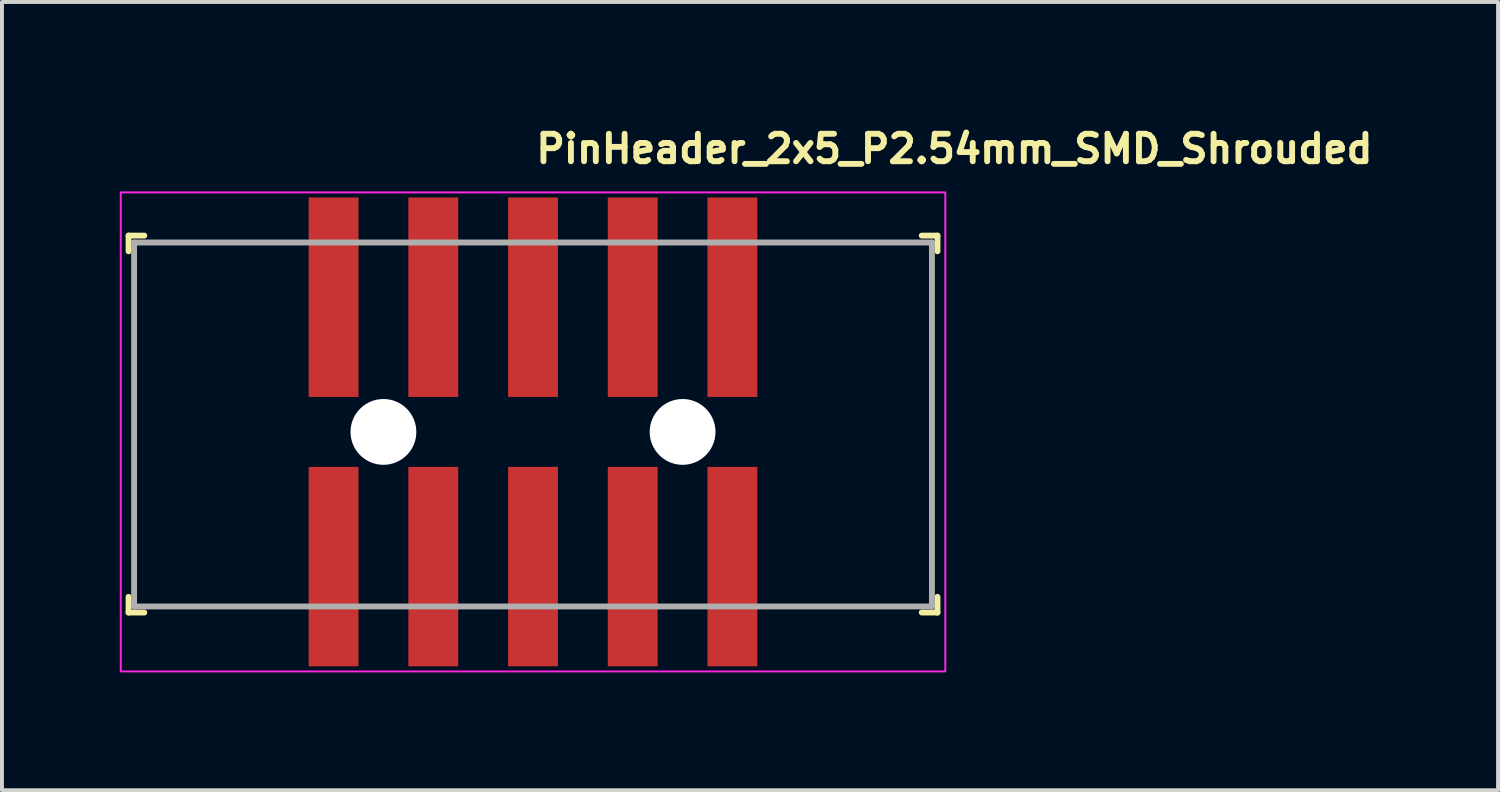
<source format=kicad_pcb>
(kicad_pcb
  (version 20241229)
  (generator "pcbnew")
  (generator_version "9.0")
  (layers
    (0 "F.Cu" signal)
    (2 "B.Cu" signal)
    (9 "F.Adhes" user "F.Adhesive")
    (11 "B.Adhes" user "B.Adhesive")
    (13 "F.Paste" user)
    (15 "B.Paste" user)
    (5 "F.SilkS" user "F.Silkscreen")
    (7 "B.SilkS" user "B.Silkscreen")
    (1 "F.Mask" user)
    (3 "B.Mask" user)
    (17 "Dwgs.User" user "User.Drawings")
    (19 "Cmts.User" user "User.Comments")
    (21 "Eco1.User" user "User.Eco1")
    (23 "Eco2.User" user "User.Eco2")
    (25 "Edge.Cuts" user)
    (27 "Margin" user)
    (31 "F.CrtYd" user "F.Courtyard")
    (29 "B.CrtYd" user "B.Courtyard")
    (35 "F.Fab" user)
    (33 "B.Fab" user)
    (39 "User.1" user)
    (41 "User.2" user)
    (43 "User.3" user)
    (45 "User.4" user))
  (footprint "PinHeader_2x5_P2.54mm_SMD_Shrouded"
    (layer "F.Cu")
    (at 10.525 7.95)
    (property "Reference" "PinHeader_2x5_P2.54mm_SMD_Shrouded" (at 0 -6.8 0) (layer "F.SilkS") (effects (font (size 0.7 0.7) (thickness 0.15)) (justify left bottom)))
    (attr smd)
    (fp_line (start -10.3 -4.6) (end -10.3 -5) (stroke (width 0.15) (type solid)) (layer "F.SilkS"))
    (fp_line (start -10.3 4.2) (end -10.3 4.6) (stroke (width 0.15) (type solid)) (layer "F.SilkS"))
    (fp_line (start -9.9 -5) (end -10.3 -5) (stroke (width 0.15) (type solid)) (layer "F.SilkS"))
    (fp_line (start -9.9 4.6) (end -10.3 4.6) (stroke (width 0.15) (type solid)) (layer "F.SilkS"))
    (fp_line (start 9.9 -5) (end 10.3 -5) (stroke (width 0.15) (type solid)) (layer "F.SilkS"))
    (fp_line (start 9.9 4.6) (end 10.3 4.6) (stroke (width 0.15) (type solid)) (layer "F.SilkS"))
    (fp_line (start 10.3 -4.6) (end 10.3 -5) (stroke (width 0.15) (type solid)) (layer "F.SilkS"))
    (fp_line (start 10.3 4.2) (end 10.3 4.6) (stroke (width 0.15) (type solid)) (layer "F.SilkS"))
    (fp_rect (start -10.5 -6.1) (end 10.5 6.1) (stroke (width 0.05) (type solid)) (fill no) (layer "F.CrtYd"))
    (fp_line (start -10.16 -4.824) (end 10.159 -4.824) (stroke (width 0.15) (type solid)) (layer "F.Fab"))
    (fp_line (start -10.16 4.445) (end -10.16 -4.824) (stroke (width 0.15) (type solid)) (layer "F.Fab"))
    (fp_line (start 10.159 -4.824) (end 10.159 4.445) (stroke (width 0.15) (type solid)) (layer "F.Fab"))
    (fp_line (start 10.159 4.445) (end -10.16 4.445) (stroke (width 0.15) (type solid)) (layer "F.Fab"))
    (fp_rect (start -10.16 -5.588) (end 10.159 5.586) (stroke (width 0.1) (type solid)) (fill no) (layer "User.5"))
    (fp_line (start -10.16 -4.827) (end -10.16 4.445) (stroke (width 0.02) (type solid)) (layer "User.9"))
    (fp_line (start -10.16 -4.827) (end -8.891 -4.827) (stroke (width 0.02) (type solid)) (layer "User.9"))
    (fp_line (start -10.16 4.445) (end -5.715 4.445) (stroke (width 0.02) (type solid)) (layer "User.9"))
    (fp_line (start -9.336 -3.621) (end -9.336 3.619) (stroke (width 0.02) (type solid)) (layer "User.9"))
    (fp_line (start -9.336 3.619) (end -2.54 3.619) (stroke (width 0.02) (type solid)) (layer "User.9"))
    (fp_line (start -8.891 -4.827) (end -8.891 -4.446) (stroke (width 0.02) (type solid)) (layer "User.9"))
    (fp_line (start -8.891 -4.446) (end -1.27 -4.446) (stroke (width 0.02) (type solid)) (layer "User.9"))
    (fp_line (start -8.891 -3.176) (end -9.336 -3.621) (stroke (width 0.02) (type solid)) (layer "User.9"))
    (fp_line (start -8.891 -3.176) (end 8.89 -3.176) (stroke (width 0.02) (type solid)) (layer "User.9"))
    (fp_line (start -8.891 3.173) (end -9.336 3.619) (stroke (width 0.02) (type solid)) (layer "User.9"))
    (fp_line (start -8.891 3.173) (end -8.891 -3.176) (stroke (width 0.02) (type solid)) (layer "User.9"))
    (fp_line (start -5.715 4.19) (end -5.715 4.445) (stroke (width 0.02) (type solid)) (layer "User.9"))
    (fp_line (start -5.715 4.19) (end -5.715 4.445) (stroke (width 0.02) (type solid)) (layer "User.9"))
    (fp_line (start -5.691 4.216) (end -5.691 4.445) (stroke (width 0.02) (type solid)) (layer "User.9"))
    (fp_line (start -5.691 4.445) (end -5.715 4.445) (stroke (width 0.02) (type solid)) (layer "User.9"))
    (fp_line (start -5.398 -5.588) (end -5.398 -5.43) (stroke (width 0.02) (type solid)) (layer "User.9"))
    (fp_line (start -5.398 -5.588) (end -4.763 -5.588) (stroke (width 0.02) (type solid)) (layer "User.9"))
    (fp_line (start -5.398 -5.43) (end -5.398 -4.446) (stroke (width 0.02) (type solid)) (layer "User.9"))
    (fp_line (start -5.398 -5.43) (end -4.763 -5.43) (stroke (width 0.02) (type solid)) (layer "User.9"))
    (fp_line (start -5.398 -1.589) (end -5.398 -1.43) (stroke (width 0.02) (type solid)) (layer "User.9"))
    (fp_line (start -5.398 -1.43) (end -5.398 -1.113) (stroke (width 0.02) (type solid)) (layer "User.9"))
    (fp_line (start -5.398 -1.113) (end -5.398 -0.954) (stroke (width 0.02) (type solid)) (layer "User.9"))
    (fp_line (start -5.398 -1.113) (end -4.763 -1.113) (stroke (width 0.02) (type solid)) (layer "User.9"))
    (fp_line (start -5.398 -0.954) (end -4.763 -0.954) (stroke (width 0.02) (type solid)) (layer "User.9"))
    (fp_line (start -5.398 0.952) (end -5.398 1.11) (stroke (width 0.02) (type solid)) (layer "User.9"))
    (fp_line (start -5.398 1.11) (end -5.398 1.427) (stroke (width 0.02) (type solid)) (layer "User.9"))
    (fp_line (start -5.398 1.11) (end -4.763 1.11) (stroke (width 0.02) (type solid)) (layer "User.9"))
    (fp_line (start -5.398 1.427) (end -5.398 1.586) (stroke (width 0.02) (type solid)) (layer "User.9"))
    (fp_line (start -5.398 1.427) (end -4.763 1.427) (stroke (width 0.02) (type solid)) (layer "User.9"))
    (fp_line (start -5.398 1.586) (end -4.763 1.586) (stroke (width 0.02) (type solid)) (layer "User.9"))
    (fp_line (start -5.398 4.445) (end -5.398 5.429) (stroke (width 0.02) (type solid)) (layer "User.9"))
    (fp_line (start -5.398 5.429) (end -5.398 5.586) (stroke (width 0.02) (type solid)) (layer "User.9"))
    (fp_line (start -5.398 5.429) (end -4.763 5.429) (stroke (width 0.02) (type solid)) (layer "User.9"))
    (fp_line (start -5.398 5.586) (end -4.763 5.586) (stroke (width 0.02) (type solid)) (layer "User.9"))
    (fp_line (start -5.08 4.445) (end -5.691 4.445) (stroke (width 0.02) (type solid)) (layer "User.9"))
    (fp_line (start -5.08 4.445) (end -5.08 4.216) (stroke (width 0.02) (type solid)) (layer "User.9"))
    (fp_line (start -4.763 -5.588) (end -4.763 -5.43) (stroke (width 0.02) (type solid)) (layer "User.9"))
    (fp_line (start -4.763 -5.43) (end -4.763 -4.446) (stroke (width 0.02) (type solid)) (layer "User.9"))
    (fp_line (start -4.763 -1.589) (end -5.398 -1.589) (stroke (width 0.02) (type solid)) (layer "User.9"))
    (fp_line (start -4.763 -1.589) (end -4.763 -1.43) (stroke (width 0.02) (type solid)) (layer "User.9"))
    (fp_line (start -4.763 -1.43) (end -5.398 -1.43) (stroke (width 0.02) (type solid)) (layer "User.9"))
    (fp_line (start -4.763 -1.43) (end -4.763 -1.113) (stroke (width 0.02) (type solid)) (layer "User.9"))
    (fp_line (start -4.763 -1.113) (end -4.763 -0.954) (stroke (width 0.02) (type solid)) (layer "User.9"))
    (fp_line (start -4.763 0.952) (end -5.398 0.952) (stroke (width 0.02) (type solid)) (layer "User.9"))
    (fp_line (start -4.763 0.952) (end -4.763 1.11) (stroke (width 0.02) (type solid)) (layer "User.9"))
    (fp_line (start -4.763 1.11) (end -4.763 1.427) (stroke (width 0.02) (type solid)) (layer "User.9"))
    (fp_line (start -4.763 1.427) (end -4.763 1.586) (stroke (width 0.02) (type solid)) (layer "User.9"))
    (fp_line (start -4.763 4.445) (end -4.763 5.429) (stroke (width 0.02) (type solid)) (layer "User.9"))
    (fp_line (start -4.763 5.429) (end -4.763 5.586) (stroke (width 0.02) (type solid)) (layer "User.9"))
    (fp_line (start -4.471 4.216) (end -5.691 4.216) (stroke (width 0.02) (type solid)) (layer "User.9"))
    (fp_line (start -4.471 4.445) (end -5.08 4.445) (stroke (width 0.02) (type solid)) (layer "User.9"))
    (fp_line (start -4.471 4.445) (end -4.471 4.216) (stroke (width 0.02) (type solid)) (layer "User.9"))
    (fp_line (start -4.446 4.19) (end -5.715 4.19) (stroke (width 0.02) (type solid)) (layer "User.9"))
    (fp_line (start -4.446 4.19) (end -5.715 4.19) (stroke (width 0.02) (type solid)) (layer "User.9"))
    (fp_line (start -4.446 4.445) (end -4.471 4.445) (stroke (width 0.02) (type solid)) (layer "User.9"))
    (fp_line (start -4.446 4.445) (end -4.446 4.19) (stroke (width 0.02) (type solid)) (layer "User.9"))
    (fp_line (start -4.446 4.445) (end -4.446 4.19) (stroke (width 0.02) (type solid)) (layer "User.9"))
    (fp_line (start -4.446 4.445) (end -2.54 4.445) (stroke (width 0.02) (type solid)) (layer "User.9"))
    (fp_line (start -2.859 -5.588) (end -2.223 -5.588) (stroke (width 0.02) (type solid)) (layer "User.9"))
    (fp_line (start -2.859 -5.43) (end -2.859 -5.588) (stroke (width 0.02) (type solid)) (layer "User.9"))
    (fp_line (start -2.859 -5.43) (end -2.223 -5.43) (stroke (width 0.02) (type solid)) (layer "User.9"))
    (fp_line (start -2.859 -4.446) (end -2.859 -5.43) (stroke (width 0.02) (type solid)) (layer "User.9"))
    (fp_line (start -2.859 -1.43) (end -2.859 -1.589) (stroke (width 0.02) (type solid)) (layer "User.9"))
    (fp_line (start -2.859 -1.113) (end -2.859 -1.43) (stroke (width 0.02) (type solid)) (layer "User.9"))
    (fp_line (start -2.859 -0.954) (end -2.859 -1.113) (stroke (width 0.02) (type solid)) (layer "User.9"))
    (fp_line (start -2.859 0.952) (end -2.223 0.952) (stroke (width 0.02) (type solid)) (layer "User.9"))
    (fp_line (start -2.859 1.11) (end -2.859 0.952) (stroke (width 0.02) (type solid)) (layer "User.9"))
    (fp_line (start -2.859 1.11) (end -2.223 1.11) (stroke (width 0.02) (type solid)) (layer "User.9"))
    (fp_line (start -2.859 1.427) (end -2.859 1.11) (stroke (width 0.02) (type solid)) (layer "User.9"))
    (fp_line (start -2.859 1.427) (end -2.223 1.427) (stroke (width 0.02) (type solid)) (layer "User.9"))
    (fp_line (start -2.859 1.586) (end -2.859 1.427) (stroke (width 0.02) (type solid)) (layer "User.9"))
    (fp_line (start -2.859 1.586) (end -2.223 1.586) (stroke (width 0.02) (type solid)) (layer "User.9"))
    (fp_line (start -2.859 5.429) (end -2.859 4.445) (stroke (width 0.02) (type solid)) (layer "User.9"))
    (fp_line (start -2.859 5.586) (end -2.859 5.429) (stroke (width 0.02) (type solid)) (layer "User.9"))
    (fp_line (start -2.54 3.173) (end -8.891 3.173) (stroke (width 0.02) (type solid)) (layer "User.9"))
    (fp_line (start -2.54 3.173) (end 2.539 3.173) (stroke (width 0.02) (type solid)) (layer "User.9"))
    (fp_line (start -2.54 3.619) (end -2.54 3.173) (stroke (width 0.02) (type solid)) (layer "User.9"))
    (fp_line (start -2.54 3.619) (end -2.54 4.445) (stroke (width 0.02) (type solid)) (layer "User.9"))
    (fp_line (start -2.54 4.445) (end 2.539 4.445) (stroke (width 0.02) (type solid)) (layer "User.9"))
    (fp_line (start -2.223 -5.588) (end -2.223 -5.43) (stroke (width 0.02) (type solid)) (layer "User.9"))
    (fp_line (start -2.223 -5.43) (end -2.223 -4.446) (stroke (width 0.02) (type solid)) (layer "User.9"))
    (fp_line (start -2.223 -1.589) (end -2.859 -1.589) (stroke (width 0.02) (type solid)) (layer "User.9"))
    (fp_line (start -2.223 -1.589) (end -2.223 -1.43) (stroke (width 0.02) (type solid)) (layer "User.9"))
    (fp_line (start -2.223 -1.43) (end -2.859 -1.43) (stroke (width 0.02) (type solid)) (layer "User.9"))
    (fp_line (start -2.223 -1.43) (end -2.223 -1.113) (stroke (width 0.02) (type solid)) (layer "User.9"))
    (fp_line (start -2.223 -1.113) (end -2.859 -1.113) (stroke (width 0.02) (type solid)) (layer "User.9"))
    (fp_line (start -2.223 -1.113) (end -2.223 -0.954) (stroke (width 0.02) (type solid)) (layer "User.9"))
    (fp_line (start -2.223 -0.954) (end -2.859 -0.954) (stroke (width 0.02) (type solid)) (layer "User.9"))
    (fp_line (start -2.223 0.952) (end -2.223 1.11) (stroke (width 0.02) (type solid)) (layer "User.9"))
    (fp_line (start -2.223 1.11) (end -2.223 1.427) (stroke (width 0.02) (type solid)) (layer "User.9"))
    (fp_line (start -2.223 1.427) (end -2.223 1.586) (stroke (width 0.02) (type solid)) (layer "User.9"))
    (fp_line (start -2.223 4.445) (end -2.223 5.429) (stroke (width 0.02) (type solid)) (layer "User.9"))
    (fp_line (start -2.223 5.429) (end -2.859 5.429) (stroke (width 0.02) (type solid)) (layer "User.9"))
    (fp_line (start -2.223 5.429) (end -2.223 5.586) (stroke (width 0.02) (type solid)) (layer "User.9"))
    (fp_line (start -2.223 5.586) (end -2.859 5.586) (stroke (width 0.02) (type solid)) (layer "User.9"))
    (fp_line (start -1.27 -4.446) (end -1.27 -4.827) (stroke (width 0.02) (type solid)) (layer "User.9"))
    (fp_line (start -0.318 -5.588) (end 0.316 -5.588) (stroke (width 0.02) (type solid)) (layer "User.9"))
    (fp_line (start -0.318 -5.43) (end -0.318 -5.588) (stroke (width 0.02) (type solid)) (layer "User.9"))
    (fp_line (start -0.318 -5.43) (end 0.316 -5.43) (stroke (width 0.02) (type solid)) (layer "User.9"))
    (fp_line (start -0.318 -4.827) (end -0.318 -5.43) (stroke (width 0.02) (type solid)) (layer "User.9"))
    (fp_line (start -0.318 -1.43) (end -0.318 -1.589) (stroke (width 0.02) (type solid)) (layer "User.9"))
    (fp_line (start -0.318 -1.113) (end -0.318 -1.43) (stroke (width 0.02) (type solid)) (layer "User.9"))
    (fp_line (start -0.318 -0.954) (end -0.318 -1.113) (stroke (width 0.02) (type solid)) (layer "User.9"))
    (fp_line (start -0.318 0.952) (end 0.316 0.952) (stroke (width 0.02) (type solid)) (layer "User.9"))
    (fp_line (start -0.318 1.11) (end -0.318 0.952) (stroke (width 0.02) (type solid)) (layer "User.9"))
    (fp_line (start -0.318 1.11) (end 0.316 1.11) (stroke (width 0.02) (type solid)) (layer "User.9"))
    (fp_line (start -0.318 1.427) (end -0.318 1.11) (stroke (width 0.02) (type solid)) (layer "User.9"))
    (fp_line (start -0.318 1.427) (end 0.316 1.427) (stroke (width 0.02) (type solid)) (layer "User.9"))
    (fp_line (start -0.318 1.586) (end -0.318 1.427) (stroke (width 0.02) (type solid)) (layer "User.9"))
    (fp_line (start -0.318 1.586) (end 0.316 1.586) (stroke (width 0.02) (type solid)) (layer "User.9"))
    (fp_line (start -0.318 5.429) (end -0.318 4.445) (stroke (width 0.02) (type solid)) (layer "User.9"))
    (fp_line (start -0.318 5.586) (end -0.318 5.429) (stroke (width 0.02) (type solid)) (layer "User.9"))
    (fp_line (start 0.316 -5.588) (end 0.316 -5.43) (stroke (width 0.02) (type solid)) (layer "User.9"))
    (fp_line (start 0.316 -5.43) (end 0.316 -4.827) (stroke (width 0.02) (type solid)) (layer "User.9"))
    (fp_line (start 0.316 -1.589) (end -0.318 -1.589) (stroke (width 0.02) (type solid)) (layer "User.9"))
    (fp_line (start 0.316 -1.589) (end 0.316 -1.43) (stroke (width 0.02) (type solid)) (layer "User.9"))
    (fp_line (start 0.316 -1.43) (end -0.318 -1.43) (stroke (width 0.02) (type solid)) (layer "User.9"))
    (fp_line (start 0.316 -1.43) (end 0.316 -1.113) (stroke (width 0.02) (type solid)) (layer "User.9"))
    (fp_line (start 0.316 -1.113) (end -0.318 -1.113) (stroke (width 0.02) (type solid)) (layer "User.9"))
    (fp_line (start 0.316 -1.113) (end 0.316 -0.954) (stroke (width 0.02) (type solid)) (layer "User.9"))
    (fp_line (start 0.316 -0.954) (end -0.318 -0.954) (stroke (width 0.02) (type solid)) (layer "User.9"))
    (fp_line (start 0.316 0.952) (end 0.316 1.11) (stroke (width 0.02) (type solid)) (layer "User.9"))
    (fp_line (start 0.316 1.11) (end 0.316 1.427) (stroke (width 0.02) (type solid)) (layer "User.9"))
    (fp_line (start 0.316 1.427) (end 0.316 1.586) (stroke (width 0.02) (type solid)) (layer "User.9"))
    (fp_line (start 0.316 4.445) (end 0.316 5.429) (stroke (width 0.02) (type solid)) (layer "User.9"))
    (fp_line (start 0.316 5.429) (end -0.318 5.429) (stroke (width 0.02) (type solid)) (layer "User.9"))
    (fp_line (start 0.316 5.429) (end 0.316 5.586) (stroke (width 0.02) (type solid)) (layer "User.9"))
    (fp_line (start 0.316 5.586) (end -0.318 5.586) (stroke (width 0.02) (type solid)) (layer "User.9"))
    (fp_line (start 1.269 -4.827) (end -1.27 -4.827) (stroke (width 0.02) (type solid)) (layer "User.9"))
    (fp_line (start 1.269 -4.827) (end 1.269 -4.446) (stroke (width 0.02) (type solid)) (layer "User.9"))
    (fp_line (start 1.269 -4.446) (end 8.89 -4.446) (stroke (width 0.02) (type solid)) (layer "User.9"))
    (fp_line (start 2.221 -5.588) (end 2.857 -5.588) (stroke (width 0.02) (type solid)) (layer "User.9"))
    (fp_line (start 2.221 -5.43) (end 2.221 -5.588) (stroke (width 0.02) (type solid)) (layer "User.9"))
    (fp_line (start 2.221 -5.43) (end 2.857 -5.43) (stroke (width 0.02) (type solid)) (layer "User.9"))
    (fp_line (start 2.221 -4.446) (end 2.221 -5.43) (stroke (width 0.02) (type solid)) (layer "User.9"))
    (fp_line (start 2.221 -1.43) (end 2.221 -1.589) (stroke (width 0.02) (type solid)) (layer "User.9"))
    (fp_line (start 2.221 -1.113) (end 2.221 -1.43) (stroke (width 0.02) (type solid)) (layer "User.9"))
    (fp_line (start 2.221 -0.954) (end 2.221 -1.113) (stroke (width 0.02) (type solid)) (layer "User.9"))
    (fp_line (start 2.221 0.952) (end 2.857 0.952) (stroke (width 0.02) (type solid)) (layer "User.9"))
    (fp_line (start 2.221 1.11) (end 2.221 0.952) (stroke (width 0.02) (type solid)) (layer "User.9"))
    (fp_line (start 2.221 1.11) (end 2.857 1.11) (stroke (width 0.02) (type solid)) (layer "User.9"))
    (fp_line (start 2.221 1.427) (end 2.221 1.11) (stroke (width 0.02) (type solid)) (layer "User.9"))
    (fp_line (start 2.221 1.427) (end 2.857 1.427) (stroke (width 0.02) (type solid)) (layer "User.9"))
    (fp_line (start 2.221 1.586) (end 2.221 1.427) (stroke (width 0.02) (type solid)) (layer "User.9"))
    (fp_line (start 2.221 1.586) (end 2.857 1.586) (stroke (width 0.02) (type solid)) (layer "User.9"))
    (fp_line (start 2.221 5.429) (end 2.221 4.445) (stroke (width 0.02) (type solid)) (layer "User.9"))
    (fp_line (start 2.221 5.586) (end 2.221 5.429) (stroke (width 0.02) (type solid)) (layer "User.9"))
    (fp_line (start 2.539 3.173) (end 2.539 3.619) (stroke (width 0.02) (type solid)) (layer "User.9"))
    (fp_line (start 2.539 3.619) (end 9.333 3.619) (stroke (width 0.02) (type solid)) (layer "User.9"))
    (fp_line (start 2.539 4.445) (end 2.539 3.619) (stroke (width 0.02) (type solid)) (layer "User.9"))
    (fp_line (start 2.539 4.445) (end 10.159 4.445) (stroke (width 0.02) (type solid)) (layer "User.9"))
    (fp_line (start 2.857 -5.588) (end 2.857 -5.43) (stroke (width 0.02) (type solid)) (layer "User.9"))
    (fp_line (start 2.857 -5.43) (end 2.857 -4.446) (stroke (width 0.02) (type solid)) (layer "User.9"))
    (fp_line (start 2.857 -1.589) (end 2.221 -1.589) (stroke (width 0.02) (type solid)) (layer "User.9"))
    (fp_line (start 2.857 -1.589) (end 2.857 -1.43) (stroke (width 0.02) (type solid)) (layer "User.9"))
    (fp_line (start 2.857 -1.43) (end 2.221 -1.43) (stroke (width 0.02) (type solid)) (layer "User.9"))
    (fp_line (start 2.857 -1.43) (end 2.857 -1.113) (stroke (width 0.02) (type solid)) (layer "User.9"))
    (fp_line (start 2.857 -1.113) (end 2.221 -1.113) (stroke (width 0.02) (type solid)) (layer "User.9"))
    (fp_line (start 2.857 -1.113) (end 2.857 -0.954) (stroke (width 0.02) (type solid)) (layer "User.9"))
    (fp_line (start 2.857 -0.954) (end 2.221 -0.954) (stroke (width 0.02) (type solid)) (layer "User.9"))
    (fp_line (start 2.857 0.952) (end 2.857 1.11) (stroke (width 0.02) (type solid)) (layer "User.9"))
    (fp_line (start 2.857 1.11) (end 2.857 1.427) (stroke (width 0.02) (type solid)) (layer "User.9"))
    (fp_line (start 2.857 1.427) (end 2.857 1.586) (stroke (width 0.02) (type solid)) (layer "User.9"))
    (fp_line (start 2.857 4.445) (end 2.857 5.429) (stroke (width 0.02) (type solid)) (layer "User.9"))
    (fp_line (start 2.857 5.429) (end 2.221 5.429) (stroke (width 0.02) (type solid)) (layer "User.9"))
    (fp_line (start 2.857 5.429) (end 2.857 5.586) (stroke (width 0.02) (type solid)) (layer "User.9"))
    (fp_line (start 2.857 5.586) (end 2.221 5.586) (stroke (width 0.02) (type solid)) (layer "User.9"))
    (fp_line (start 4.762 -5.588) (end 5.397 -5.588) (stroke (width 0.02) (type solid)) (layer "User.9"))
    (fp_line (start 4.762 -5.43) (end 4.762 -5.588) (stroke (width 0.02) (type solid)) (layer "User.9"))
    (fp_line (start 4.762 -5.43) (end 5.397 -5.43) (stroke (width 0.02) (type solid)) (layer "User.9"))
    (fp_line (start 4.762 -4.446) (end 4.762 -5.43) (stroke (width 0.02) (type solid)) (layer "User.9"))
    (fp_line (start 4.762 -1.43) (end 4.762 -1.589) (stroke (width 0.02) (type solid)) (layer "User.9"))
    (fp_line (start 4.762 -1.113) (end 4.762 -1.43) (stroke (width 0.02) (type solid)) (layer "User.9"))
    (fp_line (start 4.762 -0.954) (end 4.762 -1.113) (stroke (width 0.02) (type solid)) (layer "User.9"))
    (fp_line (start 4.762 0.952) (end 5.397 0.952) (stroke (width 0.02) (type solid)) (layer "User.9"))
    (fp_line (start 4.762 1.11) (end 4.762 0.952) (stroke (width 0.02) (type solid)) (layer "User.9"))
    (fp_line (start 4.762 1.11) (end 5.397 1.11) (stroke (width 0.02) (type solid)) (layer "User.9"))
    (fp_line (start 4.762 1.427) (end 4.762 1.11) (stroke (width 0.02) (type solid)) (layer "User.9"))
    (fp_line (start 4.762 1.427) (end 5.397 1.427) (stroke (width 0.02) (type solid)) (layer "User.9"))
    (fp_line (start 4.762 1.586) (end 4.762 1.427) (stroke (width 0.02) (type solid)) (layer "User.9"))
    (fp_line (start 4.762 1.586) (end 5.397 1.586) (stroke (width 0.02) (type solid)) (layer "User.9"))
    (fp_line (start 4.762 5.429) (end 4.762 4.445) (stroke (width 0.02) (type solid)) (layer "User.9"))
    (fp_line (start 4.762 5.429) (end 5.397 5.429) (stroke (width 0.02) (type solid)) (layer "User.9"))
    (fp_line (start 4.762 5.586) (end 4.762 5.429) (stroke (width 0.02) (type solid)) (layer "User.9"))
    (fp_line (start 4.762 5.586) (end 5.397 5.586) (stroke (width 0.02) (type solid)) (layer "User.9"))
    (fp_line (start 5.397 -5.588) (end 5.397 -5.43) (stroke (width 0.02) (type solid)) (layer "User.9"))
    (fp_line (start 5.397 -5.43) (end 5.397 -4.446) (stroke (width 0.02) (type solid)) (layer "User.9"))
    (fp_line (start 5.397 -1.589) (end 4.762 -1.589) (stroke (width 0.02) (type solid)) (layer "User.9"))
    (fp_line (start 5.397 -1.589) (end 5.397 -1.43) (stroke (width 0.02) (type solid)) (layer "User.9"))
    (fp_line (start 5.397 -1.43) (end 4.762 -1.43) (stroke (width 0.02) (type solid)) (layer "User.9"))
    (fp_line (start 5.397 -1.43) (end 5.397 -1.113) (stroke (width 0.02) (type solid)) (layer "User.9"))
    (fp_line (start 5.397 -1.113) (end 4.762 -1.113) (stroke (width 0.02) (type solid)) (layer "User.9"))
    (fp_line (start 5.397 -1.113) (end 5.397 -0.954) (stroke (width 0.02) (type solid)) (layer "User.9"))
    (fp_line (start 5.397 -0.954) (end 4.762 -0.954) (stroke (width 0.02) (type solid)) (layer "User.9"))
    (fp_line (start 5.397 0.952) (end 5.397 1.11) (stroke (width 0.02) (type solid)) (layer "User.9"))
    (fp_line (start 5.397 1.11) (end 5.397 1.427) (stroke (width 0.02) (type solid)) (layer "User.9"))
    (fp_line (start 5.397 1.427) (end 5.397 1.586) (stroke (width 0.02) (type solid)) (layer "User.9"))
    (fp_line (start 5.397 4.445) (end 5.397 5.429) (stroke (width 0.02) (type solid)) (layer "User.9"))
    (fp_line (start 5.397 5.429) (end 5.397 5.586) (stroke (width 0.02) (type solid)) (layer "User.9"))
    (fp_line (start 8.89 -4.827) (end 10.159 -4.827) (stroke (width 0.02) (type solid)) (layer "User.9"))
    (fp_line (start 8.89 -4.446) (end 8.89 -4.827) (stroke (width 0.02) (type solid)) (layer "User.9"))
    (fp_line (start 8.89 -3.176) (end 8.89 3.173) (stroke (width 0.02) (type solid)) (layer "User.9"))
    (fp_line (start 8.89 -3.176) (end 9.333 -3.621) (stroke (width 0.02) (type solid)) (layer "User.9"))
    (fp_line (start 8.89 3.173) (end 2.539 3.173) (stroke (width 0.02) (type solid)) (layer "User.9"))
    (fp_line (start 8.89 3.173) (end 9.333 3.619) (stroke (width 0.02) (type solid)) (layer "User.9"))
    (fp_line (start 9.333 -3.621) (end -9.336 -3.621) (stroke (width 0.02) (type solid)) (layer "User.9"))
    (fp_line (start 9.333 3.619) (end 9.333 -3.621) (stroke (width 0.02) (type solid)) (layer "User.9"))
    (fp_line (start 10.159 -4.827) (end 10.159 4.445) (stroke (width 0.02) (type solid)) (layer "User.9"))
    (pad "" np_thru_hole circle (at -3.81 0) (size 1.676 1.676) (drill 1.676) (layers "*.Cu" "*.Mask"))
    (pad "" np_thru_hole circle (at 3.809 0) (size 1.676 1.676) (drill 1.676) (layers "*.Cu" "*.Mask"))
    (pad "1" smd rect (at -5.08 3.43) (size 1.27 5.08) (layers "F.Cu" "F.Mask" "F.Paste"))
    (pad "2" smd rect (at -5.08 -3.431) (size 1.27 5.08) (layers "F.Cu" "F.Mask" "F.Paste"))
    (pad "3" smd rect (at -2.54 3.43) (size 1.27 5.08) (layers "F.Cu" "F.Mask" "F.Paste"))
    (pad "4" smd rect (at -2.54 -3.431) (size 1.27 5.08) (layers "F.Cu" "F.Mask" "F.Paste"))
    (pad "5" smd rect (at 0 3.43) (size 1.27 5.08) (layers "F.Cu" "F.Mask" "F.Paste"))
    (pad "6" smd rect (at 0 -3.431) (size 1.27 5.08) (layers "F.Cu" "F.Mask" "F.Paste"))
    (pad "7" smd rect (at 2.539 3.43) (size 1.27 5.08) (layers "F.Cu" "F.Mask" "F.Paste"))
    (pad "8" smd rect (at 2.539 -3.431) (size 1.27 5.08) (layers "F.Cu" "F.Mask" "F.Paste"))
    (pad "9" smd rect (at 5.078 3.43) (size 1.27 5.08) (layers "F.Cu" "F.Mask" "F.Paste"))
    (pad "10" smd rect (at 5.078 -3.431) (size 1.27 5.08) (layers "F.Cu" "F.Mask" "F.Paste")))
  (gr_rect
    (start -3 -3)
    (end 35.102 17.075)
    (stroke (width 0.1) (type default))
    (fill no)
    (layer "Edge.Cuts")))
</source>
